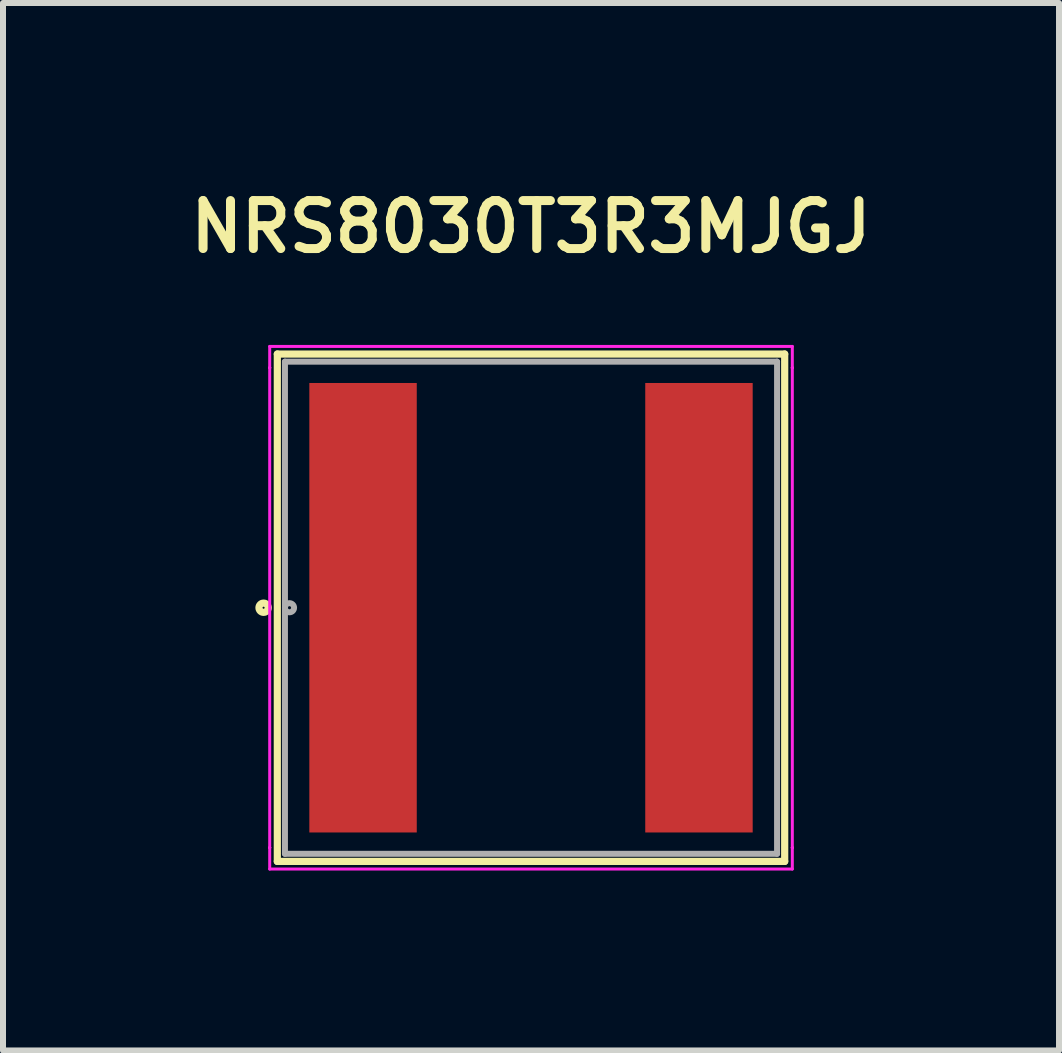
<source format=kicad_pcb>
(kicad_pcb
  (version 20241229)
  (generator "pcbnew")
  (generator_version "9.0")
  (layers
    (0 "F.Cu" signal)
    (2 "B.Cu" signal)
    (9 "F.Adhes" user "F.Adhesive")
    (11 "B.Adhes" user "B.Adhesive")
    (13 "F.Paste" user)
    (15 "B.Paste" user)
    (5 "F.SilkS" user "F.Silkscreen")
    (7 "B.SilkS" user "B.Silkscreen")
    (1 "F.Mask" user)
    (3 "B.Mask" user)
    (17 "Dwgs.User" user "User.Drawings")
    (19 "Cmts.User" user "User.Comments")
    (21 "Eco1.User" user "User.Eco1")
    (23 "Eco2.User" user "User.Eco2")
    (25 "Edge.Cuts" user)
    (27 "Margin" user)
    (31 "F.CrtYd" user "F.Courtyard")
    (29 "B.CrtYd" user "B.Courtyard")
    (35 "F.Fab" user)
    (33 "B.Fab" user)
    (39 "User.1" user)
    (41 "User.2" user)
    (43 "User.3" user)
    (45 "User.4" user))
  (footprint "NRS8030T3R3MJGJ"
    (layer "F.Cu")
    (at 5.802 7.081)
    (property "Reference" "NRS8030T3R3MJGJ" (at 0 -6.35 0) (layer "F.SilkS") (effects (font (size 0.8 0.8) (thickness 0.15))))
    (attr through_hole)
    (fp_line (start -4.229 -4.229) (end -4.229 4.229) (stroke (width 0.12) (type solid)) (layer "F.SilkS"))
    (fp_line (start -4.229 4.229) (end 4.229 4.229) (stroke (width 0.12) (type solid)) (layer "F.SilkS"))
    (fp_line (start 4.229 -4.229) (end -4.229 -4.229) (stroke (width 0.12) (type solid)) (layer "F.SilkS"))
    (fp_line (start 4.229 4.229) (end 4.229 -4.229) (stroke (width 0.12) (type solid)) (layer "F.SilkS"))
    (fp_circle (center -4.458 0) (end -4.381 0) (stroke (width 0.12) (type solid)) (fill no) (layer "F.SilkS"))
    (fp_line (start -4.356 -4.356) (end 4.356 -4.356) (stroke (width 0.05) (type solid)) (layer "F.CrtYd"))
    (fp_line (start -4.356 -4) (end -4.356 -4.356) (stroke (width 0.05) (type solid)) (layer "F.CrtYd"))
    (fp_line (start -4.356 -4) (end -4.356 -4) (stroke (width 0.05) (type solid)) (layer "F.CrtYd"))
    (fp_line (start -4.356 -4) (end -4.356 -4) (stroke (width 0.05) (type solid)) (layer "F.CrtYd"))
    (fp_line (start -4.356 4) (end -4.356 -4) (stroke (width 0.05) (type solid)) (layer "F.CrtYd"))
    (fp_line (start -4.356 4) (end -4.356 4) (stroke (width 0.05) (type solid)) (layer "F.CrtYd"))
    (fp_line (start -4.356 4) (end -4.356 4) (stroke (width 0.05) (type solid)) (layer "F.CrtYd"))
    (fp_line (start -4.356 4.356) (end -4.356 4) (stroke (width 0.05) (type solid)) (layer "F.CrtYd"))
    (fp_line (start 4.356 -4.356) (end 4.356 -4) (stroke (width 0.05) (type solid)) (layer "F.CrtYd"))
    (fp_line (start 4.356 -4) (end 4.356 -4) (stroke (width 0.05) (type solid)) (layer "F.CrtYd"))
    (fp_line (start 4.356 -4) (end 4.356 -4) (stroke (width 0.05) (type solid)) (layer "F.CrtYd"))
    (fp_line (start 4.356 -4) (end 4.356 4) (stroke (width 0.05) (type solid)) (layer "F.CrtYd"))
    (fp_line (start 4.356 4) (end 4.356 4) (stroke (width 0.05) (type solid)) (layer "F.CrtYd"))
    (fp_line (start 4.356 4) (end 4.356 4) (stroke (width 0.05) (type solid)) (layer "F.CrtYd"))
    (fp_line (start 4.356 4) (end 4.356 4.356) (stroke (width 0.05) (type solid)) (layer "F.CrtYd"))
    (fp_line (start 4.356 4.356) (end -4.356 4.356) (stroke (width 0.05) (type solid)) (layer "F.CrtYd"))
    (fp_line (start -4.102 -4.102) (end -4.102 4.102) (stroke (width 0.1) (type solid)) (layer "F.Fab"))
    (fp_line (start -4.102 4.102) (end 4.102 4.102) (stroke (width 0.1) (type solid)) (layer "F.Fab"))
    (fp_line (start 4.102 -4.102) (end -4.102 -4.102) (stroke (width 0.1) (type solid)) (layer "F.Fab"))
    (fp_line (start 4.102 4.102) (end 4.102 -4.102) (stroke (width 0.1) (type solid)) (layer "F.Fab"))
    (fp_circle (center -4.026 0) (end -3.95 0) (stroke (width 0.1) (type solid)) (fill no) (layer "F.Fab"))
    (pad "1" smd rect (at -2.8 0) (size 1.791 7.493) (layers "F.Cu" "F.Mask" "F.Paste"))
    (pad "2" smd rect (at 2.8 0) (size 1.791 7.493) (layers "F.Cu" "F.Mask" "F.Paste")))
  (gr_rect
    (start -3 -3)
    (end 14.604 14.462)
    (stroke (width 0.1) (type default))
    (fill no)
    (layer "Edge.Cuts")))
</source>
